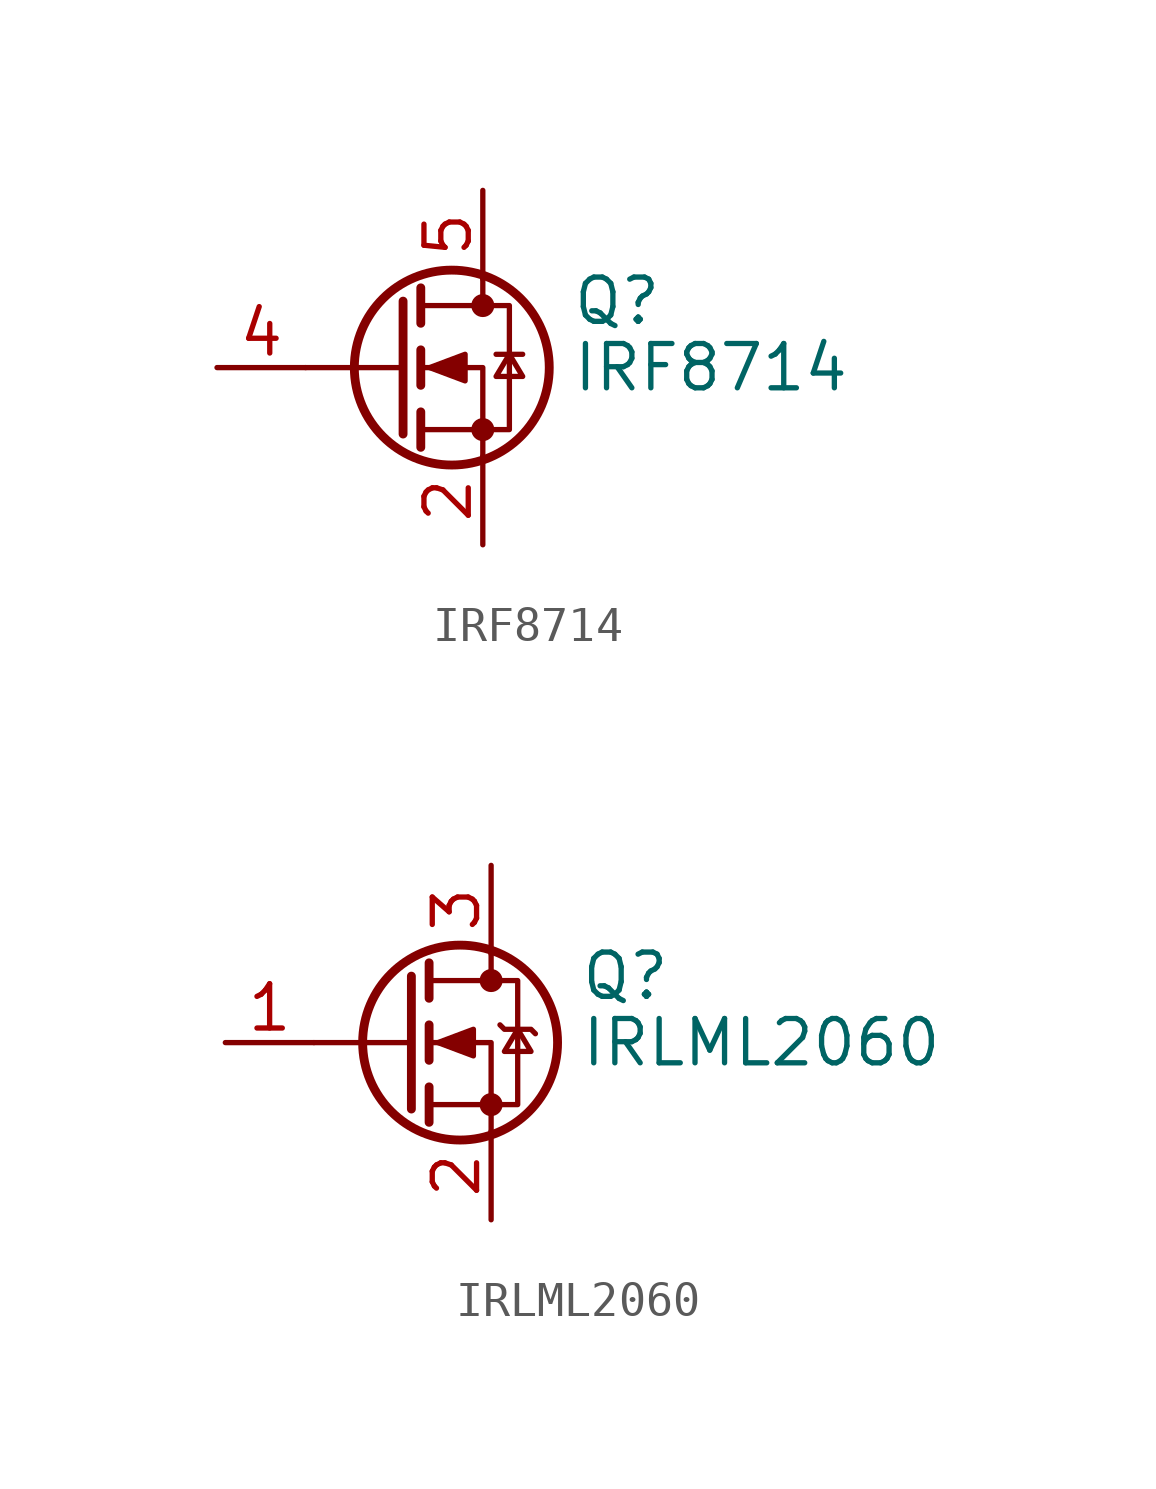
<source format=kicad_sym>
(kicad_symbol_lib
  (version 20241209)
  (generator "kicad_symbol_editor")
  (generator_version "9.0")
  (symbol "IRF8714"
    (pin_names
      (offset 0)
      (hide yes))
    (property "Reference" "Q"
      (at 5.08 1.905 0)
      (effects (font (size 1.27 1.27)) (justify left)))
    (property "Value" "IRF8714"
      (at 5.08 0 0)
      (effects (font (size 1.27 1.27)) (justify left)))
    (symbol "IRF8714_0_1"
      (polyline (pts (xy 0.254 1.905) (xy 0.254 -1.905)) (stroke (width 0.254) (type default)) (fill (type none)))
      (polyline (pts (xy 0.254 0) (xy -2.54 0)) (stroke (width 0) (type default)) (fill (type none)))
      (polyline (pts (xy 0.762 2.286) (xy 0.762 1.27)) (stroke (width 0.254) (type default)) (fill (type none)))
      (polyline (pts (xy 0.762 0.508) (xy 0.762 -0.508)) (stroke (width 0.254) (type default)) (fill (type none)))
      (polyline (pts (xy 0.762 -1.27) (xy 0.762 -2.286)) (stroke (width 0.254) (type default)) (fill (type none)))
      (polyline (pts (xy 0.762 -1.778) (xy 3.302 -1.778) (xy 3.302 1.778) (xy 0.762 1.778)) (stroke (width 0) (type default)) (fill (type none)))
      (polyline (pts (xy 1.016 0) (xy 2.032 0.381) (xy 2.032 -0.381) (xy 1.016 0)) (stroke (width 0) (type default)) (fill (type outline)))
      (circle (center 1.651 0) (radius 2.794) (stroke (width 0.254) (type default)) (fill (type none)))
      (polyline (pts (xy 2.54 2.54) (xy 2.54 1.778)) (stroke (width 0) (type default)) (fill (type none)))
      (circle (center 2.54 1.778) (radius 0.254) (stroke (width 0) (type default)) (fill (type outline)))
      (circle (center 2.54 -1.778) (radius 0.254) (stroke (width 0) (type default)) (fill (type outline)))
      (polyline (pts (xy 2.54 -2.54) (xy 2.54 0) (xy 0.762 0)) (stroke (width 0) (type default)) (fill (type none)))
      (polyline (pts (xy 2.921 0.381) (xy 3.683 0.381)) (stroke (width 0) (type default)) (fill (type none)))
      (polyline (pts (xy 3.302 0.381) (xy 2.921 -0.254) (xy 3.683 -0.254) (xy 3.302 0.381)) (stroke (width 0) (type default)) (fill (type none))))
    (symbol "IRF8714_1_1"
      (pin input line (at -5.08 0 0) (length 2.54) (name "G" (effects (font (size 1.27 1.27)))) (number "4" (effects (font (size 1.27 1.27)))))
      (pin passive line (at 2.54 5.08 270) (length 2.54) (name "D" (effects (font (size 1.27 1.27)))) (number "5" (effects (font (size 1.27 1.27)))))
      (pin passive line (at 2.54 5.08 270) (length 2.54) (hide yes) (name "D" (effects (font (size 1.27 1.27)))) (number "6" (effects (font (size 1.27 1.27)))))
      (pin passive line (at 2.54 5.08 270) (length 2.54) (hide yes) (name "D" (effects (font (size 1.27 1.27)))) (number "7" (effects (font (size 1.27 1.27)))))
      (pin passive line (at 2.54 5.08 270) (length 2.54) (hide yes) (name "D" (effects (font (size 1.27 1.27)))) (number "8" (effects (font (size 1.27 1.27)))))
      (pin passive line (at 2.54 -5.08 90) (length 2.54) (hide yes) (name "S" (effects (font (size 1.27 1.27)))) (number "1" (effects (font (size 1.27 1.27)))))
      (pin passive line (at 2.54 -5.08 90) (length 2.54) (name "S" (effects (font (size 1.27 1.27)))) (number "2" (effects (font (size 1.27 1.27)))))
      (pin passive line (at 2.54 -5.08 90) (length 2.54) (hide yes) (name "S" (effects (font (size 1.27 1.27)))) (number "3" (effects (font (size 1.27 1.27)))))))
  (symbol "IRLML2060"
    (pin_names
      (hide yes))
    (property "Reference" "Q"
      (at 5.08 1.905 0)
      (effects (font (size 1.27 1.27)) (justify left)))
    (property "Value" "IRLML2060"
      (at 5.08 0 0)
      (effects (font (size 1.27 1.27)) (justify left)))
    (symbol "IRLML2060_0_1"
      (polyline (pts (xy 0.254 1.905) (xy 0.254 -1.905)) (stroke (width 0.254) (type default)) (fill (type none)))
      (polyline (pts (xy 0.254 0) (xy -2.54 0)) (stroke (width 0) (type default)) (fill (type none)))
      (polyline (pts (xy 0.762 2.286) (xy 0.762 1.27)) (stroke (width 0.254) (type default)) (fill (type none)))
      (polyline (pts (xy 0.762 0.508) (xy 0.762 -0.508)) (stroke (width 0.254) (type default)) (fill (type none)))
      (polyline (pts (xy 0.762 -1.27) (xy 0.762 -2.286)) (stroke (width 0.254) (type default)) (fill (type none)))
      (polyline (pts (xy 0.762 -1.778) (xy 3.302 -1.778) (xy 3.302 1.778) (xy 0.762 1.778)) (stroke (width 0) (type default)) (fill (type none)))
      (polyline (pts (xy 1.016 0) (xy 2.032 0.381) (xy 2.032 -0.381) (xy 1.016 0)) (stroke (width 0) (type default)) (fill (type outline)))
      (circle (center 1.651 0) (radius 2.794) (stroke (width 0.254) (type default)) (fill (type none)))
      (polyline (pts (xy 2.54 2.54) (xy 2.54 1.778)) (stroke (width 0) (type default)) (fill (type none)))
      (circle (center 2.54 1.778) (radius 0.254) (stroke (width 0) (type default)) (fill (type outline)))
      (circle (center 2.54 -1.778) (radius 0.254) (stroke (width 0) (type default)) (fill (type outline)))
      (polyline (pts (xy 2.54 -2.54) (xy 2.54 0) (xy 0.762 0)) (stroke (width 0) (type default)) (fill (type none)))
      (polyline (pts (xy 2.794 0.508) (xy 2.921 0.381) (xy 3.683 0.381) (xy 3.81 0.254)) (stroke (width 0) (type default)) (fill (type none)))
      (polyline (pts (xy 3.302 0.381) (xy 2.921 -0.254) (xy 3.683 -0.254) (xy 3.302 0.381)) (stroke (width 0) (type default)) (fill (type none))))
    (symbol "IRLML2060_1_1"
      (pin input line (at -5.08 0 0) (length 2.54) (name "G" (effects (font (size 1.27 1.27)))) (number "1" (effects (font (size 1.27 1.27)))))
      (pin passive line (at 2.54 5.08 270) (length 2.54) (name "D" (effects (font (size 1.27 1.27)))) (number "3" (effects (font (size 1.27 1.27)))))
      (pin passive line (at 2.54 -5.08 90) (length 2.54) (name "S" (effects (font (size 1.27 1.27)))) (number "2" (effects (font (size 1.27 1.27))))))))
</source>
